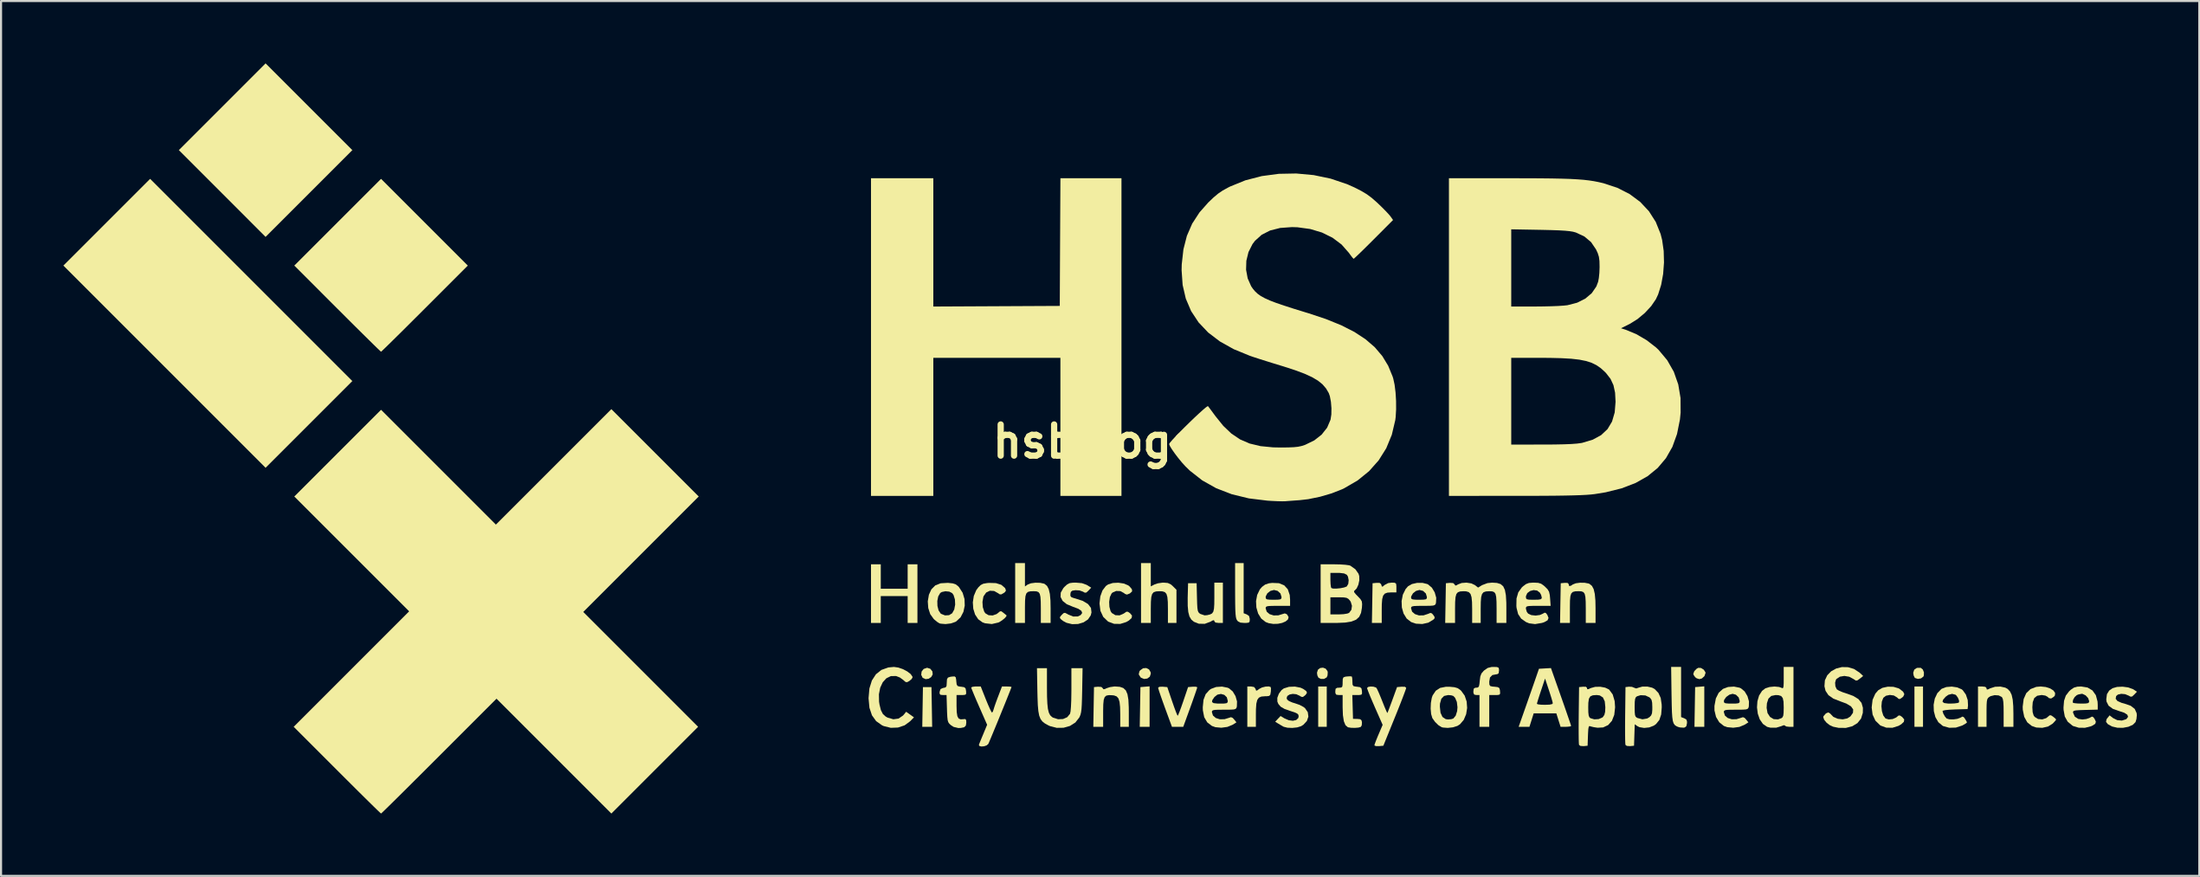
<source format=kicad_pcb>
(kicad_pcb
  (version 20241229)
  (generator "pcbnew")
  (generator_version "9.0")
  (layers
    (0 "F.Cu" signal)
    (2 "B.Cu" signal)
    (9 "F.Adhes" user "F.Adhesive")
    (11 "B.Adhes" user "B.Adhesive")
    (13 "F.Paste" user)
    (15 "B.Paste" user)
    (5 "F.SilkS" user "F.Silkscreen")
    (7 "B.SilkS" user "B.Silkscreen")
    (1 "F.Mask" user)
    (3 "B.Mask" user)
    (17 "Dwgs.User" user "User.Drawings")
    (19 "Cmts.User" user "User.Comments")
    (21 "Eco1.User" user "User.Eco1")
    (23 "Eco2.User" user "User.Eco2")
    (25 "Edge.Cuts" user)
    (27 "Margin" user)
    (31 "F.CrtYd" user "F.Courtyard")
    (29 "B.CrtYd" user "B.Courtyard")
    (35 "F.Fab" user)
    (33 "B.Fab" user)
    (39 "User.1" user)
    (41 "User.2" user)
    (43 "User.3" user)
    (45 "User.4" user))
  (footprint "hsb_logo"
    (layer "F.Cu")
    (at 49.712 18.198)
    (property "Reference" "hsb_logo" (at 0 0 0) (layer "F.SilkS") (effects (font (size 1.5 1.5) (thickness 0.3))))
    (attr board_only exclude_from_pos_files exclude_from_bom)
    (fp_poly (pts (xy -40.672 -7.776) (xy -35.807 -2.91) (xy -37.894 -0.823) (xy -39.982 1.264) (xy -44.847 -3.601) (xy -49.712 -8.467) (xy -47.625 -10.554) (xy -45.537 -12.641)) (stroke (width 0) (type solid)) (fill yes) (layer "F.SilkS"))
    (fp_poly (pts (xy -37.894 -16.11) (xy -35.807 -14.023) (xy -37.895 -11.935) (xy -39.982 -9.848) (xy -42.069 -11.936) (xy -44.156 -14.023) (xy -42.068 -16.11) (xy -39.981 -18.198)) (stroke (width 0) (type solid)) (fill yes) (layer "F.SilkS"))
    (fp_poly (pts (xy -7.921 12.773) (xy -7.905 13.729) (xy -8.143 13.729) (xy -8.381 13.729) (xy -8.365 12.773) (xy -8.349 11.818) (xy -8.143 11.818) (xy -7.938 11.818)) (stroke (width 0) (type solid)) (fill yes) (layer "F.SilkS"))
    (fp_poly (pts (xy 2.558 12.755) (xy 2.558 13.729) (xy 2.321 13.729) (xy 2.084 13.729) (xy 2.101 12.773) (xy 2.117 11.818) (xy 2.337 11.8) (xy 2.558 11.782)) (stroke (width 0) (type solid)) (fill yes) (layer "F.SilkS"))
    (fp_poly (pts (xy 11.083 12.759) (xy 11.083 13.729) (xy 10.877 13.729) (xy 10.672 13.729) (xy 10.672 12.759) (xy 10.672 11.789) (xy 10.877 11.789) (xy 11.083 11.789)) (stroke (width 0) (type solid)) (fill yes) (layer "F.SilkS"))
    (fp_poly (pts (xy 29.251 12.755) (xy 29.251 13.729) (xy 29.015 13.729) (xy 28.778 13.729) (xy 28.794 12.773) (xy 28.81 11.818) (xy 29.031 11.8) (xy 29.251 11.782)) (stroke (width 0) (type solid)) (fill yes) (layer "F.SilkS"))
    (fp_poly (pts (xy 39.776 12.759) (xy 39.776 13.729) (xy 39.57 13.729) (xy 39.364 13.729) (xy 39.364 12.759) (xy 39.364 11.789) (xy 39.57 11.789) (xy 39.776 11.789)) (stroke (width 0) (type solid)) (fill yes) (layer "F.SilkS"))
    (fp_poly (pts (xy -7.993 10.937) (xy -7.894 11.062) (xy -7.879 11.208) (xy -7.949 11.333) (xy -8.074 11.416) (xy -8.221 11.436) (xy -8.358 11.374) (xy -8.367 11.365) (xy -8.432 11.227) (xy -8.412 11.069) (xy -8.316 10.946) (xy -8.148 10.888)) (stroke (width 0) (type solid)) (fill yes) (layer "F.SilkS"))
    (fp_poly (pts (xy 2.531 10.967) (xy 2.609 11.103) (xy 2.616 11.173) (xy 2.568 11.317) (xy 2.448 11.407) (xy 2.294 11.427) (xy 2.145 11.366) (xy 2.121 11.343) (xy 2.036 11.206) (xy 2.066 11.066) (xy 2.102 11.014) (xy 2.242 10.912) (xy 2.397 10.9)) (stroke (width 0) (type solid)) (fill yes) (layer "F.SilkS"))
    (fp_poly (pts (xy 11.031 10.931) (xy 11.118 11.047) (xy 11.131 11.108) (xy 11.121 11.258) (xy 11.08 11.351) (xy 10.954 11.424) (xy 10.796 11.424) (xy 10.683 11.365) (xy 10.631 11.257) (xy 10.613 11.128) (xy 10.657 10.983) (xy 10.765 10.9) (xy 10.902 10.883)) (stroke (width 0) (type solid)) (fill yes) (layer "F.SilkS"))
    (fp_poly (pts (xy 29.095 10.898) (xy 29.224 10.979) (xy 29.303 11.097) (xy 29.31 11.141) (xy 29.259 11.289) (xy 29.136 11.402) (xy 29.016 11.436) (xy 28.887 11.396) (xy 28.814 11.343) (xy 28.74 11.239) (xy 28.722 11.178) (xy 28.769 11.053) (xy 28.881 10.936) (xy 28.965 10.89)) (stroke (width 0) (type solid)) (fill yes) (layer "F.SilkS"))
    (fp_poly (pts (xy 39.671 10.893) (xy 39.767 10.971) (xy 39.821 11.111) (xy 39.816 11.26) (xy 39.793 11.313) (xy 39.682 11.398) (xy 39.529 11.424) (xy 39.395 11.382) (xy 39.378 11.368) (xy 39.324 11.258) (xy 39.305 11.128) (xy 39.355 10.978) (xy 39.483 10.893) (xy 39.662 10.891)) (stroke (width 0) (type solid)) (fill yes) (layer "F.SilkS"))
    (fp_poly (pts (xy 7.085 7.057) (xy 7.085 8.264) (xy 7.232 8.32) (xy 7.344 8.396) (xy 7.379 8.533) (xy 7.379 8.553) (xy 7.371 8.663) (xy 7.327 8.715) (xy 7.213 8.73) (xy 7.118 8.731) (xy 6.93 8.715) (xy 6.814 8.657) (xy 6.765 8.601) (xy 6.734 8.539) (xy 6.711 8.445) (xy 6.694 8.301) (xy 6.683 8.095) (xy 6.677 7.809) (xy 6.674 7.43) (xy 6.673 7.16) (xy 6.673 5.85) (xy 6.879 5.85) (xy 7.085 5.85)) (stroke (width 0) (type solid)) (fill yes) (layer "F.SilkS"))
    (fp_poly (pts (xy 28.134 12.055) (xy 28.134 13.261) (xy 28.285 13.319) (xy 28.39 13.381) (xy 28.421 13.483) (xy 28.417 13.567) (xy 28.386 13.704) (xy 28.31 13.761) (xy 28.252 13.771) (xy 28.085 13.76) (xy 27.985 13.733) (xy 27.895 13.691) (xy 27.825 13.638) (xy 27.773 13.559) (xy 27.736 13.441) (xy 27.711 13.267) (xy 27.694 13.024) (xy 27.684 12.696) (xy 27.676 12.268) (xy 27.674 12.162) (xy 27.656 10.848) (xy 27.895 10.848) (xy 28.134 10.848)) (stroke (width 0) (type solid)) (fill yes) (layer "F.SilkS"))
    (fp_poly (pts (xy -32.338 -10.554) (xy -30.251 -8.467) (xy -32.323 -6.394) (xy -32.73 -5.988) (xy -33.112 -5.607) (xy -33.46 -5.261) (xy -33.768 -4.958) (xy -34.025 -4.704) (xy -34.226 -4.509) (xy -34.361 -4.379) (xy -34.422 -4.323) (xy -34.425 -4.322) (xy -34.471 -4.362) (xy -34.593 -4.478) (xy -34.781 -4.661) (xy -35.028 -4.904) (xy -35.326 -5.198) (xy -35.667 -5.536) (xy -36.043 -5.91) (xy -36.446 -6.313) (xy -36.528 -6.394) (xy -38.6 -8.467) (xy -36.513 -10.554) (xy -34.425 -12.641)) (stroke (width 0) (type solid)) (fill yes) (layer "F.SilkS"))
    (fp_poly (pts (xy -10.378 6.497) (xy -10.378 7.085) (xy -9.731 7.085) (xy -9.084 7.085) (xy -9.084 6.497) (xy -9.084 5.909) (xy -8.849 5.909) (xy -8.614 5.909) (xy -8.614 7.32) (xy -8.614 8.731) (xy -8.849 8.731) (xy -9.084 8.731) (xy -9.084 8.084) (xy -9.084 7.438) (xy -9.731 7.438) (xy -10.378 7.438) (xy -10.378 8.084) (xy -10.378 8.731) (xy -10.613 8.731) (xy -10.848 8.731) (xy -10.848 7.32) (xy -10.848 5.909) (xy -10.613 5.909) (xy -10.378 5.909)) (stroke (width 0) (type solid)) (fill yes) (layer "F.SilkS"))
    (fp_poly (pts (xy -7.849 -9.583) (xy -7.849 -6.496) (xy -4.807 -6.511) (xy -1.764 -6.526) (xy -1.749 -9.598) (xy -1.733 -12.671) (xy -0.264 -12.671) (xy 1.205 -12.671) (xy 1.205 -5.027) (xy 1.205 2.616) (xy -0.265 2.616) (xy -1.734 2.616) (xy -1.734 -0.706) (xy -1.734 -4.028) (xy -4.792 -4.028) (xy -7.849 -4.028) (xy -7.849 -0.706) (xy -7.849 2.616) (xy -9.349 2.616) (xy -10.848 2.616) (xy -10.848 -5.027) (xy -10.848 -12.671) (xy -9.349 -12.671) (xy -7.849 -12.671)) (stroke (width 0) (type solid)) (fill yes) (layer "F.SilkS"))
    (fp_poly (pts (xy 14.354 6.797) (xy 14.418 6.838) (xy 14.434 6.948) (xy 14.434 7.026) (xy 14.434 7.261) (xy 14.179 7.261) (xy 14.001 7.273) (xy 13.877 7.319) (xy 13.797 7.416) (xy 13.752 7.583) (xy 13.732 7.836) (xy 13.729 8.104) (xy 13.729 8.731) (xy 13.492 8.731) (xy 13.256 8.731) (xy 13.272 7.776) (xy 13.288 6.82) (xy 13.483 6.802) (xy 13.627 6.804) (xy 13.695 6.859) (xy 13.71 6.901) (xy 13.737 6.981) (xy 13.781 6.978) (xy 13.864 6.905) (xy 14.04 6.813) (xy 14.21 6.791)) (stroke (width 0) (type solid)) (fill yes) (layer "F.SilkS"))
    (fp_poly (pts (xy 8.386 11.816) (xy 8.399 11.887) (xy 8.393 12.026) (xy 8.39 12.051) (xy 8.368 12.181) (xy 8.317 12.241) (xy 8.203 12.258) (xy 8.111 12.259) (xy 7.939 12.273) (xy 7.818 12.326) (xy 7.74 12.434) (xy 7.695 12.614) (xy 7.676 12.884) (xy 7.673 13.125) (xy 7.673 13.729) (xy 7.467 13.729) (xy 7.261 13.729) (xy 7.261 12.759) (xy 7.261 11.789) (xy 7.443 11.789) (xy 7.589 11.815) (xy 7.655 11.902) (xy 7.656 11.905) (xy 7.682 11.982) (xy 7.725 11.985) (xy 7.821 11.916) (xy 7.834 11.905) (xy 7.969 11.836) (xy 8.138 11.794) (xy 8.295 11.786)) (stroke (width 0) (type solid)) (fill yes) (layer "F.SilkS"))
    (fp_poly (pts (xy 3.19 11.8) (xy 3.41 11.818) (xy 3.645 12.509) (xy 3.737 12.772) (xy 3.817 12.989) (xy 3.877 13.138) (xy 3.909 13.199) (xy 3.91 13.2) (xy 3.939 13.147) (xy 3.997 13.005) (xy 4.076 12.793) (xy 4.167 12.533) (xy 4.175 12.509) (xy 4.41 11.818) (xy 4.63 11.8) (xy 4.772 11.799) (xy 4.847 11.821) (xy 4.851 11.829) (xy 4.832 11.898) (xy 4.779 12.057) (xy 4.698 12.289) (xy 4.598 12.573) (xy 4.515 12.803) (xy 4.178 13.729) (xy 3.906 13.729) (xy 3.634 13.729) (xy 3.301 12.824) (xy 3.19 12.516) (xy 3.094 12.244) (xy 3.021 12.029) (xy 2.978 11.89) (xy 2.969 11.85) (xy 3.023 11.805) (xy 3.174 11.799)) (stroke (width 0) (type solid)) (fill yes) (layer "F.SilkS"))
    (fp_poly (pts (xy 2.616 6.41) (xy 2.616 6.97) (xy 2.79 6.881) (xy 2.959 6.824) (xy 3.171 6.793) (xy 3.235 6.791) (xy 3.434 6.808) (xy 3.577 6.873) (xy 3.679 6.963) (xy 3.851 7.135) (xy 3.851 7.933) (xy 3.851 8.731) (xy 3.645 8.731) (xy 3.44 8.731) (xy 3.44 8.059) (xy 3.435 7.724) (xy 3.414 7.488) (xy 3.37 7.336) (xy 3.294 7.249) (xy 3.178 7.211) (xy 3.039 7.204) (xy 2.872 7.214) (xy 2.756 7.252) (xy 2.682 7.337) (xy 2.64 7.485) (xy 2.621 7.714) (xy 2.616 8.044) (xy 2.616 8.047) (xy 2.616 8.731) (xy 2.381 8.731) (xy 2.146 8.731) (xy 2.146 7.291) (xy 2.146 5.85) (xy 2.381 5.85) (xy 2.616 5.85)) (stroke (width 0) (type solid)) (fill yes) (layer "F.SilkS"))
    (fp_poly (pts (xy -3.44 6.412) (xy -3.44 6.974) (xy -3.309 6.883) (xy -3.154 6.823) (xy -2.937 6.795) (xy -2.709 6.8) (xy -2.523 6.84) (xy -2.49 6.855) (xy -2.376 6.95) (xy -2.295 7.105) (xy -2.241 7.335) (xy -2.212 7.654) (xy -2.205 8.024) (xy -2.205 8.731) (xy -2.44 8.731) (xy -2.675 8.731) (xy -2.675 8.037) (xy -2.679 7.708) (xy -2.694 7.479) (xy -2.728 7.331) (xy -2.788 7.248) (xy -2.882 7.211) (xy -3.014 7.203) (xy -3.182 7.209) (xy -3.299 7.239) (xy -3.374 7.313) (xy -3.416 7.446) (xy -3.435 7.659) (xy -3.44 7.968) (xy -3.44 8.028) (xy -3.44 8.731) (xy -3.675 8.731) (xy -3.91 8.731) (xy -3.91 7.291) (xy -3.91 5.85) (xy -3.675 5.85) (xy -3.44 5.85)) (stroke (width 0) (type solid)) (fill yes) (layer "F.SilkS"))
    (fp_poly (pts (xy 1.125 11.805) (xy 1.294 11.863) (xy 1.414 11.976) (xy 1.493 12.159) (xy 1.538 12.425) (xy 1.556 12.787) (xy 1.558 12.991) (xy 1.558 13.729) (xy 1.352 13.729) (xy 1.147 13.729) (xy 1.146 13.126) (xy 1.138 12.778) (xy 1.112 12.531) (xy 1.06 12.366) (xy 0.977 12.269) (xy 0.855 12.222) (xy 0.78 12.212) (xy 0.602 12.204) (xy 0.477 12.228) (xy 0.396 12.3) (xy 0.35 12.436) (xy 0.329 12.654) (xy 0.323 12.97) (xy 0.323 13.025) (xy 0.323 13.729) (xy 0.087 13.729) (xy -0.15 13.729) (xy -0.134 12.773) (xy -0.118 11.818) (xy 0.074 11.8) (xy 0.238 11.811) (xy 0.299 11.867) (xy 0.337 11.921) (xy 0.412 11.909) (xy 0.489 11.872) (xy 0.651 11.819) (xy 0.853 11.79) (xy 0.901 11.789)) (stroke (width 0) (type solid)) (fill yes) (layer "F.SilkS"))
    (fp_poly (pts (xy 23.494 6.798) (xy 23.681 6.833) (xy 23.733 6.855) (xy 23.847 6.95) (xy 23.928 7.105) (xy 23.982 7.335) (xy 24.011 7.654) (xy 24.018 8.024) (xy 24.018 8.731) (xy 23.783 8.731) (xy 23.548 8.731) (xy 23.548 8.037) (xy 23.544 7.708) (xy 23.529 7.479) (xy 23.495 7.331) (xy 23.435 7.248) (xy 23.341 7.211) (xy 23.209 7.203) (xy 23.041 7.209) (xy 22.924 7.239) (xy 22.849 7.313) (xy 22.807 7.446) (xy 22.788 7.659) (xy 22.784 7.968) (xy 22.784 8.028) (xy 22.784 8.731) (xy 22.547 8.731) (xy 22.31 8.731) (xy 22.326 7.776) (xy 22.343 6.82) (xy 22.534 6.802) (xy 22.672 6.805) (xy 22.723 6.855) (xy 22.725 6.875) (xy 22.748 6.955) (xy 22.827 6.943) (xy 22.927 6.877) (xy 23.068 6.822) (xy 23.273 6.795)) (stroke (width 0) (type solid)) (fill yes) (layer "F.SilkS"))
    (fp_poly (pts (xy 6.085 7.761) (xy 6.085 8.731) (xy 5.88 8.731) (xy 5.727 8.712) (xy 5.674 8.65) (xy 5.674 8.644) (xy 5.656 8.597) (xy 5.587 8.614) (xy 5.483 8.673) (xy 5.211 8.774) (xy 4.926 8.768) (xy 4.692 8.675) (xy 4.565 8.569) (xy 4.476 8.418) (xy 4.42 8.205) (xy 4.393 7.913) (xy 4.391 7.525) (xy 4.393 7.453) (xy 4.41 6.82) (xy 4.616 6.82) (xy 4.821 6.82) (xy 4.838 7.511) (xy 4.846 7.807) (xy 4.858 8.007) (xy 4.877 8.135) (xy 4.908 8.214) (xy 4.956 8.266) (xy 5 8.297) (xy 5.205 8.366) (xy 5.331 8.356) (xy 5.469 8.322) (xy 5.564 8.273) (xy 5.624 8.187) (xy 5.657 8.045) (xy 5.671 7.827) (xy 5.674 7.513) (xy 5.674 7.489) (xy 5.674 6.791) (xy 5.88 6.791) (xy 6.085 6.791)) (stroke (width 0) (type solid)) (fill yes) (layer "F.SilkS"))
    (fp_poly (pts (xy 42.778 11.807) (xy 42.832 11.867) (xy 42.833 11.878) (xy 42.845 11.933) (xy 42.901 11.929) (xy 43.007 11.878) (xy 43.242 11.803) (xy 43.502 11.793) (xy 43.737 11.845) (xy 43.852 11.909) (xy 43.963 12.028) (xy 44.042 12.193) (xy 44.093 12.424) (xy 44.119 12.738) (xy 44.126 13.097) (xy 44.127 13.729) (xy 43.891 13.729) (xy 43.656 13.729) (xy 43.656 13.057) (xy 43.653 12.747) (xy 43.641 12.533) (xy 43.618 12.396) (xy 43.581 12.313) (xy 43.564 12.293) (xy 43.418 12.219) (xy 43.223 12.206) (xy 43.03 12.254) (xy 42.964 12.292) (xy 42.907 12.339) (xy 42.87 12.402) (xy 42.848 12.504) (xy 42.837 12.668) (xy 42.833 12.917) (xy 42.833 13.056) (xy 42.833 13.729) (xy 42.627 13.729) (xy 42.422 13.729) (xy 42.422 12.759) (xy 42.422 11.789) (xy 42.627 11.789)) (stroke (width 0) (type solid)) (fill yes) (layer "F.SilkS"))
    (fp_poly (pts (xy -21.24 0.544) (xy -19.138 2.646) (xy -21.916 5.424) (xy -24.694 8.202) (xy -21.931 10.965) (xy -19.168 13.729) (xy -21.255 15.816) (xy -23.342 17.904) (xy -26.106 15.14) (xy -28.869 12.377) (xy -31.632 15.14) (xy -32.104 15.611) (xy -32.551 16.057) (xy -32.967 16.471) (xy -33.344 16.846) (xy -33.676 17.175) (xy -33.956 17.451) (xy -34.177 17.667) (xy -34.332 17.818) (xy -34.414 17.895) (xy -34.425 17.903) (xy -34.471 17.863) (xy -34.593 17.747) (xy -34.781 17.564) (xy -35.028 17.321) (xy -35.327 17.026) (xy -35.668 16.688) (xy -36.044 16.313) (xy -36.448 15.91) (xy -36.542 15.816) (xy -38.629 13.729) (xy -35.851 10.951) (xy -33.073 8.172) (xy -35.836 5.409) (xy -38.6 2.646) (xy -36.513 0.559) (xy -34.425 -1.528) (xy -31.662 1.235) (xy -28.898 3.998) (xy -26.12 1.22) (xy -23.342 -1.558)) (stroke (width 0) (type solid)) (fill yes) (layer "F.SilkS"))
    (fp_poly (pts (xy 1.315 6.834) (xy 1.527 6.921) (xy 1.587 6.967) (xy 1.705 7.104) (xy 1.719 7.207) (xy 1.629 7.296) (xy 1.588 7.32) (xy 1.468 7.366) (xy 1.375 7.334) (xy 1.323 7.291) (xy 1.147 7.198) (xy 0.949 7.192) (xy 0.774 7.269) (xy 0.726 7.317) (xy 0.646 7.488) (xy 0.613 7.716) (xy 0.624 7.955) (xy 0.68 8.16) (xy 0.737 8.25) (xy 0.91 8.357) (xy 1.115 8.366) (xy 1.317 8.278) (xy 1.332 8.266) (xy 1.438 8.192) (xy 1.515 8.193) (xy 1.619 8.264) (xy 1.713 8.378) (xy 1.693 8.495) (xy 1.558 8.617) (xy 1.436 8.687) (xy 1.146 8.778) (xy 0.847 8.773) (xy 0.577 8.672) (xy 0.553 8.657) (xy 0.326 8.438) (xy 0.191 8.146) (xy 0.148 7.791) (xy 0.187 7.452) (xy 0.291 7.166) (xy 0.453 6.954) (xy 0.563 6.877) (xy 0.788 6.808) (xy 1.054 6.795)) (stroke (width 0) (type solid)) (fill yes) (layer "F.SilkS"))
    (fp_poly (pts (xy 13.329 11.798) (xy 13.445 11.835) (xy 13.478 11.862) (xy 13.522 11.945) (xy 13.597 12.112) (xy 13.69 12.334) (xy 13.76 12.509) (xy 13.853 12.743) (xy 13.931 12.927) (xy 13.983 13.04) (xy 14.001 13.065) (xy 14.026 13.006) (xy 14.083 12.86) (xy 14.162 12.649) (xy 14.242 12.433) (xy 14.466 11.818) (xy 14.686 11.8) (xy 14.845 11.803) (xy 14.904 11.849) (xy 14.905 11.859) (xy 14.884 11.933) (xy 14.823 12.1) (xy 14.731 12.344) (xy 14.612 12.65) (xy 14.472 13.002) (xy 14.356 13.288) (xy 13.807 14.64) (xy 13.592 14.659) (xy 13.452 14.657) (xy 13.379 14.629) (xy 13.376 14.62) (xy 13.398 14.543) (xy 13.456 14.387) (xy 13.54 14.181) (xy 13.575 14.099) (xy 13.773 13.635) (xy 13.398 12.786) (xy 13.27 12.49) (xy 13.16 12.23) (xy 13.078 12.025) (xy 13.031 11.895) (xy 13.023 11.863) (xy 13.073 11.812) (xy 13.19 11.79)) (stroke (width 0) (type solid)) (fill yes) (layer "F.SilkS"))
    (fp_poly (pts (xy 38.354 11.805) (xy 38.596 11.876) (xy 38.646 11.903) (xy 38.818 12.038) (xy 38.878 12.159) (xy 38.826 12.273) (xy 38.771 12.321) (xy 38.667 12.391) (xy 38.599 12.385) (xy 38.525 12.314) (xy 38.372 12.222) (xy 38.18 12.196) (xy 37.995 12.234) (xy 37.868 12.331) (xy 37.796 12.51) (xy 37.775 12.738) (xy 37.799 12.977) (xy 37.864 13.185) (xy 37.967 13.324) (xy 37.977 13.331) (xy 38.129 13.374) (xy 38.316 13.356) (xy 38.481 13.284) (xy 38.508 13.262) (xy 38.598 13.187) (xy 38.668 13.186) (xy 38.774 13.258) (xy 38.776 13.26) (xy 38.872 13.374) (xy 38.854 13.491) (xy 38.721 13.613) (xy 38.595 13.685) (xy 38.305 13.776) (xy 38.006 13.77) (xy 37.736 13.67) (xy 37.712 13.654) (xy 37.486 13.435) (xy 37.35 13.143) (xy 37.306 12.801) (xy 37.349 12.431) (xy 37.48 12.135) (xy 37.623 11.969) (xy 37.823 11.854) (xy 38.081 11.798)) (stroke (width 0) (type solid)) (fill yes) (layer "F.SilkS"))
    (fp_poly (pts (xy 45.687 11.815) (xy 45.897 11.884) (xy 46.052 11.982) (xy 46.133 12.098) (xy 46.125 12.218) (xy 46.075 12.281) (xy 45.942 12.367) (xy 45.833 12.347) (xy 45.773 12.288) (xy 45.666 12.228) (xy 45.501 12.201) (xy 45.481 12.2) (xy 45.27 12.235) (xy 45.131 12.345) (xy 45.057 12.542) (xy 45.038 12.788) (xy 45.052 13.025) (xy 45.099 13.181) (xy 45.15 13.252) (xy 45.312 13.353) (xy 45.513 13.373) (xy 45.704 13.312) (xy 45.774 13.257) (xy 45.865 13.178) (xy 45.939 13.178) (xy 46.037 13.242) (xy 46.139 13.326) (xy 46.183 13.38) (xy 46.145 13.437) (xy 46.05 13.541) (xy 46.009 13.581) (xy 45.791 13.716) (xy 45.517 13.778) (xy 45.23 13.764) (xy 45.009 13.688) (xy 44.792 13.512) (xy 44.647 13.25) (xy 44.578 12.911) (xy 44.573 12.759) (xy 44.619 12.394) (xy 44.744 12.111) (xy 44.947 11.915) (xy 45.223 11.808) (xy 45.438 11.789)) (stroke (width 0) (type solid)) (fill yes) (layer "F.SilkS"))
    (fp_poly (pts (xy -2.381 11.833) (xy -2.377 12.274) (xy -2.362 12.613) (xy -2.335 12.866) (xy -2.29 13.047) (xy -2.227 13.172) (xy -2.141 13.256) (xy -2.087 13.288) (xy -1.844 13.365) (xy -1.606 13.355) (xy -1.405 13.266) (xy -1.271 13.104) (xy -1.271 13.102) (xy -1.245 12.985) (xy -1.226 12.765) (xy -1.212 12.457) (xy -1.206 12.074) (xy -1.205 11.933) (xy -1.205 10.907) (xy -0.936 10.907) (xy -0.667 10.907) (xy -0.686 11.98) (xy -0.695 12.37) (xy -0.705 12.663) (xy -0.719 12.877) (xy -0.74 13.033) (xy -0.769 13.151) (xy -0.809 13.249) (xy -0.828 13.286) (xy -1.014 13.522) (xy -1.273 13.687) (xy -1.581 13.775) (xy -1.911 13.779) (xy -2.24 13.694) (xy -2.323 13.655) (xy -2.481 13.567) (xy -2.602 13.471) (xy -2.691 13.352) (xy -2.754 13.191) (xy -2.795 12.974) (xy -2.821 12.682) (xy -2.835 12.3) (xy -2.842 12.009) (xy -2.861 10.907) (xy -2.621 10.907) (xy -2.381 10.907)) (stroke (width 0) (type solid)) (fill yes) (layer "F.SilkS"))
    (fp_poly (pts (xy -4.835 6.814) (xy -4.578 6.896) (xy -4.407 7.042) (xy -4.381 7.084) (xy -4.355 7.178) (xy -4.413 7.257) (xy -4.469 7.296) (xy -4.584 7.359) (xy -4.664 7.349) (xy -4.72 7.307) (xy -4.924 7.193) (xy -5.128 7.181) (xy -5.305 7.267) (xy -5.429 7.443) (xy -5.442 7.479) (xy -5.484 7.719) (xy -5.469 7.969) (xy -5.402 8.182) (xy -5.346 8.265) (xy -5.191 8.358) (xy -4.995 8.371) (xy -4.805 8.304) (xy -4.74 8.255) (xy -4.642 8.174) (xy -4.572 8.171) (xy -4.48 8.24) (xy -4.378 8.323) (xy -4.327 8.363) (xy -4.335 8.413) (xy -4.413 8.501) (xy -4.532 8.6) (xy -4.665 8.685) (xy -4.717 8.71) (xy -5.033 8.783) (xy -5.358 8.747) (xy -5.482 8.703) (xy -5.69 8.552) (xy -5.84 8.325) (xy -5.927 8.045) (xy -5.948 7.74) (xy -5.902 7.435) (xy -5.784 7.155) (xy -5.68 7.014) (xy -5.567 6.905) (xy -5.446 6.844) (xy -5.272 6.813) (xy -5.163 6.804)) (stroke (width 0) (type solid)) (fill yes) (layer "F.SilkS"))
    (fp_poly (pts (xy 19.272 10.853) (xy 19.349 10.883) (xy 19.372 10.959) (xy 19.373 11.024) (xy 19.355 11.153) (xy 19.287 11.198) (xy 19.252 11.201) (xy 19.052 11.239) (xy 18.938 11.356) (xy 18.903 11.552) (xy 18.909 11.696) (xy 18.948 11.766) (xy 19.054 11.792) (xy 19.153 11.8) (xy 19.311 11.819) (xy 19.387 11.863) (xy 19.416 11.96) (xy 19.421 12.009) (xy 19.427 12.126) (xy 19.395 12.182) (xy 19.295 12.199) (xy 19.171 12.2) (xy 18.903 12.2) (xy 18.903 12.965) (xy 18.903 13.729) (xy 18.668 13.729) (xy 18.433 13.729) (xy 18.433 12.965) (xy 18.433 12.2) (xy 18.286 12.2) (xy 18.181 12.181) (xy 18.142 12.101) (xy 18.139 12.024) (xy 18.155 11.897) (xy 18.222 11.851) (xy 18.278 11.847) (xy 18.359 11.836) (xy 18.405 11.785) (xy 18.431 11.665) (xy 18.446 11.514) (xy 18.473 11.304) (xy 18.527 11.163) (xy 18.627 11.045) (xy 18.66 11.014) (xy 18.827 10.897) (xy 19.012 10.851) (xy 19.11 10.848)) (stroke (width 0) (type solid)) (fill yes) (layer "F.SilkS"))
    (fp_poly (pts (xy 22.357 12.276) (xy 22.491 12.656) (xy 22.61 12.999) (xy 22.71 13.289) (xy 22.786 13.511) (xy 22.831 13.649) (xy 22.842 13.689) (xy 22.79 13.713) (xy 22.658 13.727) (xy 22.589 13.729) (xy 22.335 13.729) (xy 22.233 13.406) (xy 22.131 13.082) (xy 21.586 13.082) (xy 21.041 13.082) (xy 20.939 13.406) (xy 20.837 13.729) (xy 20.578 13.729) (xy 20.318 13.729) (xy 20.675 12.715) (xy 20.707 12.624) (xy 21.196 12.624) (xy 21.25 12.648) (xy 21.39 12.665) (xy 21.578 12.671) (xy 21.809 12.662) (xy 21.932 12.634) (xy 21.96 12.597) (xy 21.943 12.513) (xy 21.895 12.345) (xy 21.825 12.122) (xy 21.774 11.966) (xy 21.588 11.407) (xy 21.392 11.993) (xy 21.311 12.239) (xy 21.246 12.443) (xy 21.206 12.581) (xy 21.196 12.624) (xy 20.707 12.624) (xy 20.8 12.358) (xy 20.922 12.01) (xy 21.031 11.698) (xy 21.118 11.448) (xy 21.163 11.318) (xy 21.295 10.936) (xy 21.583 10.919) (xy 21.872 10.903)) (stroke (width 0) (type solid)) (fill yes) (layer "F.SilkS"))
    (fp_poly (pts (xy -7.126 6.804) (xy -6.913 6.827) (xy -6.773 6.872) (xy -6.662 6.957) (xy -6.609 7.014) (xy -6.438 7.279) (xy -6.348 7.582) (xy -6.337 7.897) (xy -6.401 8.198) (xy -6.537 8.459) (xy -6.744 8.654) (xy -6.79 8.681) (xy -7.007 8.755) (xy -7.263 8.785) (xy -7.498 8.765) (xy -7.555 8.749) (xy -7.651 8.69) (xy -7.785 8.582) (xy -7.832 8.538) (xy -7.998 8.307) (xy -8.093 8.013) (xy -8.116 7.69) (xy -8.113 7.674) (xy -7.657 7.674) (xy -7.651 7.911) (xy -7.597 8.126) (xy -7.496 8.277) (xy -7.478 8.291) (xy -7.287 8.368) (xy -7.092 8.357) (xy -6.942 8.265) (xy -6.842 8.083) (xy -6.798 7.846) (xy -6.81 7.6) (xy -6.876 7.387) (xy -6.942 7.295) (xy -7.081 7.224) (xy -7.267 7.206) (xy -7.44 7.242) (xy -7.517 7.29) (xy -7.613 7.454) (xy -7.657 7.674) (xy -8.113 7.674) (xy -8.062 7.373) (xy -7.943 7.114) (xy -7.756 6.925) (xy -7.497 6.822) (xy -7.159 6.802)) (stroke (width 0) (type solid)) (fill yes) (layer "F.SilkS"))
    (fp_poly (pts (xy -5.313 12.43) (xy -5.21 12.678) (xy -5.121 12.878) (xy -5.054 13.008) (xy -5.02 13.048) (xy -4.977 12.979) (xy -4.946 12.883) (xy -4.909 12.764) (xy -4.842 12.571) (xy -4.757 12.34) (xy -4.728 12.265) (xy -4.546 11.789) (xy -4.316 11.789) (xy -4.171 11.794) (xy -4.091 11.808) (xy -4.086 11.814) (xy -4.108 11.875) (xy -4.167 12.027) (xy -4.256 12.251) (xy -4.368 12.53) (xy -4.496 12.846) (xy -4.632 13.18) (xy -4.768 13.514) (xy -4.899 13.83) (xy -5.015 14.111) (xy -5.11 14.338) (xy -5.176 14.493) (xy -5.204 14.554) (xy -5.283 14.624) (xy -5.406 14.666) (xy -5.534 14.677) (xy -5.63 14.654) (xy -5.657 14.595) (xy -5.654 14.586) (xy -5.617 14.494) (xy -5.549 14.327) (xy -5.461 14.116) (xy -5.441 14.067) (xy -5.26 13.631) (xy -5.643 12.759) (xy -5.773 12.462) (xy -5.883 12.203) (xy -5.967 11.999) (xy -6.017 11.871) (xy -6.027 11.838) (xy -5.975 11.807) (xy -5.845 11.79) (xy -5.797 11.789) (xy -5.567 11.789)) (stroke (width 0) (type solid)) (fill yes) (layer "F.SilkS"))
    (fp_poly (pts (xy -9.533 10.878) (xy -9.309 10.955) (xy -9.102 11.065) (xy -8.941 11.189) (xy -8.855 11.312) (xy -8.849 11.351) (xy -8.894 11.431) (xy -9 11.521) (xy -9.106 11.581) (xy -9.182 11.574) (xy -9.28 11.491) (xy -9.3 11.471) (xy -9.462 11.355) (xy -9.642 11.285) (xy -9.644 11.285) (xy -9.894 11.29) (xy -10.11 11.395) (xy -10.283 11.586) (xy -10.405 11.847) (xy -10.467 12.163) (xy -10.46 12.52) (xy -10.439 12.657) (xy -10.371 12.928) (xy -10.277 13.112) (xy -10.14 13.237) (xy -10.046 13.288) (xy -9.771 13.367) (xy -9.523 13.333) (xy -9.308 13.187) (xy -9.253 13.125) (xy -9.158 13.005) (xy -8.969 13.139) (xy -8.781 13.273) (xy -8.965 13.463) (xy -9.232 13.659) (xy -9.552 13.765) (xy -9.896 13.778) (xy -10.235 13.694) (xy -10.321 13.655) (xy -10.602 13.455) (xy -10.802 13.176) (xy -10.923 12.815) (xy -10.965 12.368) (xy -10.965 12.343) (xy -10.925 11.883) (xy -10.806 11.501) (xy -10.612 11.202) (xy -10.347 10.991) (xy -10.015 10.873) (xy -9.744 10.848)) (stroke (width 0) (type solid)) (fill yes) (layer "F.SilkS"))
    (fp_poly (pts (xy 17.006 11.803) (xy 17.229 11.824) (xy 17.379 11.868) (xy 17.502 11.95) (xy 17.55 11.994) (xy 17.721 12.229) (xy 17.816 12.513) (xy 17.839 12.82) (xy 17.791 13.122) (xy 17.677 13.393) (xy 17.498 13.604) (xy 17.374 13.685) (xy 17.158 13.754) (xy 16.904 13.782) (xy 16.673 13.764) (xy 16.61 13.746) (xy 16.457 13.652) (xy 16.296 13.494) (xy 16.169 13.317) (xy 16.163 13.306) (xy 16.106 13.114) (xy 16.083 12.856) (xy 16.087 12.754) (xy 16.526 12.754) (xy 16.558 13.053) (xy 16.652 13.256) (xy 16.808 13.36) (xy 16.92 13.375) (xy 17.072 13.362) (xy 17.174 13.331) (xy 17.174 13.331) (xy 17.289 13.192) (xy 17.358 12.973) (xy 17.374 12.788) (xy 17.344 12.534) (xy 17.26 12.335) (xy 17.174 12.245) (xy 17.073 12.214) (xy 16.928 12.201) (xy 16.728 12.245) (xy 16.597 12.381) (xy 16.533 12.611) (xy 16.526 12.754) (xy 16.087 12.754) (xy 16.094 12.58) (xy 16.138 12.332) (xy 16.179 12.217) (xy 16.33 11.993) (xy 16.538 11.857) (xy 16.817 11.802)) (stroke (width 0) (type solid)) (fill yes) (layer "F.SilkS"))
    (fp_poly (pts (xy 12.285 11.307) (xy 12.29 11.31) (xy 12.308 11.382) (xy 12.317 11.523) (xy 12.318 11.56) (xy 12.326 11.705) (xy 12.373 11.772) (xy 12.495 11.796) (xy 12.538 11.8) (xy 12.685 11.822) (xy 12.752 11.879) (xy 12.777 12.003) (xy 12.777 12.009) (xy 12.782 12.13) (xy 12.745 12.185) (xy 12.635 12.2) (xy 12.555 12.2) (xy 12.314 12.2) (xy 12.33 12.773) (xy 12.347 13.347) (xy 12.553 13.349) (xy 12.694 13.364) (xy 12.757 13.42) (xy 12.778 13.519) (xy 12.767 13.66) (xy 12.719 13.736) (xy 12.609 13.767) (xy 12.435 13.781) (xy 12.251 13.776) (xy 12.109 13.753) (xy 12.096 13.748) (xy 11.984 13.651) (xy 11.906 13.461) (xy 11.861 13.17) (xy 11.847 12.791) (xy 11.847 12.2) (xy 11.671 12.2) (xy 11.546 12.186) (xy 11.5 12.117) (xy 11.495 12.024) (xy 11.509 11.899) (xy 11.578 11.853) (xy 11.671 11.847) (xy 11.78 11.839) (xy 11.832 11.794) (xy 11.847 11.679) (xy 11.847 11.589) (xy 11.853 11.428) (xy 11.887 11.35) (xy 11.976 11.317) (xy 12.055 11.307) (xy 12.2 11.298)) (stroke (width 0) (type solid)) (fill yes) (layer "F.SilkS"))
    (fp_poly (pts (xy -0.701 6.816) (xy -0.48 6.894) (xy -0.449 6.912) (xy -0.251 7.033) (xy -0.382 7.173) (xy -0.481 7.265) (xy -0.558 7.275) (xy -0.649 7.225) (xy -0.814 7.166) (xy -1.01 7.155) (xy -1.16 7.178) (xy -1.23 7.234) (xy -1.253 7.332) (xy -1.252 7.433) (xy -1.2 7.494) (xy -1.068 7.54) (xy -1.018 7.552) (xy -0.654 7.671) (xy -0.403 7.823) (xy -0.264 8.007) (xy -0.238 8.225) (xy -0.275 8.369) (xy -0.406 8.562) (xy -0.618 8.702) (xy -0.881 8.781) (xy -1.169 8.79) (xy -1.439 8.724) (xy -1.596 8.641) (xy -1.69 8.571) (xy -1.757 8.498) (xy -1.748 8.435) (xy -1.671 8.344) (xy -1.584 8.26) (xy -1.513 8.244) (xy -1.41 8.294) (xy -1.361 8.324) (xy -1.119 8.422) (xy -0.896 8.418) (xy -0.761 8.353) (xy -0.686 8.252) (xy -0.725 8.149) (xy -0.874 8.048) (xy -1.122 7.956) (xy -1.425 7.831) (xy -1.628 7.669) (xy -1.726 7.48) (xy -1.717 7.273) (xy -1.595 7.058) (xy -1.535 6.991) (xy -1.408 6.876) (xy -1.292 6.816) (xy -1.139 6.794) (xy -0.991 6.791)) (stroke (width 0) (type solid)) (fill yes) (layer "F.SilkS"))
    (fp_poly (pts (xy 49.651 11.834) (xy 49.874 11.914) (xy 49.906 11.932) (xy 50.07 12.041) (xy 49.94 12.179) (xy 49.841 12.27) (xy 49.764 12.279) (xy 49.675 12.23) (xy 49.503 12.159) (xy 49.315 12.142) (xy 49.154 12.178) (xy 49.07 12.251) (xy 49.047 12.38) (xy 49.131 12.486) (xy 49.327 12.574) (xy 49.474 12.614) (xy 49.772 12.718) (xy 49.965 12.869) (xy 50.056 13.071) (xy 50.065 13.172) (xy 50.048 13.35) (xy 50.005 13.496) (xy 50.002 13.503) (xy 49.871 13.635) (xy 49.66 13.728) (xy 49.403 13.777) (xy 49.134 13.775) (xy 48.886 13.717) (xy 48.86 13.706) (xy 48.666 13.599) (xy 48.583 13.491) (xy 48.606 13.371) (xy 48.645 13.314) (xy 48.755 13.178) (xy 48.918 13.307) (xy 49.122 13.408) (xy 49.347 13.429) (xy 49.545 13.366) (xy 49.569 13.35) (xy 49.644 13.249) (xy 49.608 13.149) (xy 49.467 13.055) (xy 49.227 12.976) (xy 49.224 12.975) (xy 48.912 12.865) (xy 48.707 12.714) (xy 48.607 12.517) (xy 48.595 12.405) (xy 48.627 12.159) (xy 48.735 11.985) (xy 48.9 11.871) (xy 49.114 11.81) (xy 49.381 11.798)) (stroke (width 0) (type solid)) (fill yes) (layer "F.SilkS"))
    (fp_poly (pts (xy -6.772 11.345) (xy -6.75 11.461) (xy -6.744 11.535) (xy -6.726 11.691) (xy -6.68 11.766) (xy -6.577 11.794) (xy -6.508 11.8) (xy -6.363 11.823) (xy -6.297 11.881) (xy -6.273 12.009) (xy -6.273 12.009) (xy -6.268 12.131) (xy -6.305 12.185) (xy -6.417 12.2) (xy -6.493 12.2) (xy -6.732 12.2) (xy -6.732 12.722) (xy -6.723 13.021) (xy -6.692 13.219) (xy -6.63 13.331) (xy -6.53 13.371) (xy -6.409 13.362) (xy -6.308 13.356) (xy -6.268 13.411) (xy -6.262 13.525) (xy -6.283 13.67) (xy -6.363 13.751) (xy -6.524 13.784) (xy -6.646 13.788) (xy -6.873 13.734) (xy -7.008 13.646) (xy -7.08 13.579) (xy -7.129 13.508) (xy -7.159 13.408) (xy -7.176 13.255) (xy -7.188 13.023) (xy -7.193 12.852) (xy -7.213 12.2) (xy -7.388 12.2) (xy -7.51 12.187) (xy -7.549 12.126) (xy -7.545 12.039) (xy -7.502 11.913) (xy -7.391 11.862) (xy -7.364 11.858) (xy -7.259 11.833) (xy -7.213 11.765) (xy -7.203 11.619) (xy -7.203 11.612) (xy -7.193 11.445) (xy -7.146 11.36) (xy -7.029 11.322) (xy -6.938 11.31) (xy -6.826 11.305)) (stroke (width 0) (type solid)) (fill yes) (layer "F.SilkS"))
    (fp_poly (pts (xy 33.543 12.288) (xy 33.543 13.729) (xy 33.337 13.729) (xy 33.201 13.714) (xy 33.133 13.677) (xy 33.132 13.669) (xy 33.087 13.65) (xy 32.974 13.69) (xy 32.958 13.698) (xy 32.712 13.772) (xy 32.44 13.773) (xy 32.274 13.731) (xy 32.07 13.589) (xy 31.919 13.369) (xy 31.825 13.096) (xy 31.79 12.816) (xy 32.25 12.816) (xy 32.294 13.067) (xy 32.413 13.252) (xy 32.587 13.359) (xy 32.796 13.373) (xy 32.959 13.315) (xy 33.017 13.269) (xy 33.052 13.187) (xy 33.068 13.044) (xy 33.073 12.813) (xy 33.073 12.788) (xy 33.064 12.518) (xy 33.027 12.345) (xy 32.95 12.248) (xy 32.819 12.207) (xy 32.68 12.201) (xy 32.475 12.244) (xy 32.338 12.373) (xy 32.265 12.596) (xy 32.25 12.816) (xy 31.79 12.816) (xy 31.787 12.796) (xy 31.808 12.497) (xy 31.888 12.223) (xy 32.029 12.002) (xy 32.189 11.878) (xy 32.39 11.814) (xy 32.629 11.791) (xy 32.851 11.812) (xy 32.959 11.85) (xy 33.013 11.872) (xy 33.046 11.855) (xy 33.064 11.779) (xy 33.072 11.625) (xy 33.073 11.379) (xy 33.073 10.848) (xy 33.308 10.848) (xy 33.543 10.848)) (stroke (width 0) (type solid)) (fill yes) (layer "F.SilkS"))
    (fp_poly (pts (xy 9.822 11.846) (xy 9.951 11.906) (xy 10.093 12.006) (xy 10.133 12.087) (xy 10.078 12.178) (xy 10.028 12.226) (xy 9.935 12.294) (xy 9.854 12.283) (xy 9.78 12.235) (xy 9.618 12.162) (xy 9.447 12.145) (xy 9.295 12.175) (xy 9.187 12.245) (xy 9.152 12.346) (xy 9.181 12.423) (xy 9.268 12.49) (xy 9.43 12.56) (xy 9.559 12.599) (xy 9.778 12.675) (xy 9.97 12.778) (xy 10.039 12.833) (xy 10.171 13.027) (xy 10.199 13.24) (xy 10.127 13.449) (xy 9.961 13.629) (xy 9.848 13.7) (xy 9.661 13.758) (xy 9.425 13.783) (xy 9.19 13.773) (xy 9.009 13.727) (xy 8.996 13.72) (xy 8.852 13.637) (xy 8.74 13.57) (xy 8.603 13.484) (xy 8.732 13.346) (xy 8.861 13.209) (xy 9.046 13.322) (xy 9.254 13.412) (xy 9.453 13.438) (xy 9.614 13.402) (xy 9.713 13.308) (xy 9.731 13.225) (xy 9.717 13.148) (xy 9.658 13.089) (xy 9.531 13.032) (xy 9.329 12.967) (xy 9.051 12.869) (xy 8.867 12.762) (xy 8.754 12.63) (xy 8.706 12.513) (xy 8.705 12.333) (xy 8.779 12.135) (xy 8.909 11.961) (xy 9.018 11.881) (xy 9.265 11.805) (xy 9.551 11.794)) (stroke (width 0) (type solid)) (fill yes) (layer "F.SilkS"))
    (fp_poly (pts (xy 8.785 6.818) (xy 9.036 6.921) (xy 9.209 7.111) (xy 9.302 7.387) (xy 9.319 7.611) (xy 9.319 7.908) (xy 8.731 7.908) (xy 8.464 7.91) (xy 8.292 7.917) (xy 8.196 7.935) (xy 8.153 7.968) (xy 8.143 8.019) (xy 8.143 8.026) (xy 8.195 8.189) (xy 8.331 8.307) (xy 8.525 8.369) (xy 8.75 8.366) (xy 8.936 8.309) (xy 9.064 8.271) (xy 9.155 8.309) (xy 9.182 8.334) (xy 9.248 8.453) (xy 9.216 8.563) (xy 9.106 8.657) (xy 8.939 8.729) (xy 8.733 8.772) (xy 8.51 8.778) (xy 8.289 8.742) (xy 8.143 8.687) (xy 7.931 8.52) (xy 7.781 8.278) (xy 7.697 7.99) (xy 7.68 7.682) (xy 7.714 7.497) (xy 8.143 7.497) (xy 8.155 7.56) (xy 8.208 7.596) (xy 8.328 7.611) (xy 8.525 7.614) (xy 8.732 7.611) (xy 8.846 7.595) (xy 8.896 7.559) (xy 8.908 7.492) (xy 8.908 7.486) (xy 8.855 7.313) (xy 8.719 7.188) (xy 8.546 7.144) (xy 8.37 7.19) (xy 8.224 7.305) (xy 8.147 7.455) (xy 8.143 7.497) (xy 7.714 7.497) (xy 7.735 7.383) (xy 7.863 7.118) (xy 7.965 6.998) (xy 8.116 6.885) (xy 8.296 6.824) (xy 8.456 6.804)) (stroke (width 0) (type solid)) (fill yes) (layer "F.SilkS"))
    (fp_poly (pts (xy 19.274 6.806) (xy 19.449 6.86) (xy 19.574 6.967) (xy 19.656 7.142) (xy 19.703 7.397) (xy 19.724 7.747) (xy 19.726 7.993) (xy 19.726 8.731) (xy 19.491 8.731) (xy 19.256 8.731) (xy 19.256 8.037) (xy 19.252 7.708) (xy 19.237 7.479) (xy 19.203 7.331) (xy 19.142 7.248) (xy 19.047 7.212) (xy 18.91 7.204) (xy 18.906 7.204) (xy 18.743 7.215) (xy 18.629 7.253) (xy 18.556 7.339) (xy 18.514 7.489) (xy 18.496 7.72) (xy 18.491 8.047) (xy 18.491 8.731) (xy 18.286 8.731) (xy 18.08 8.731) (xy 18.08 8.064) (xy 18.074 7.726) (xy 18.05 7.489) (xy 18.001 7.335) (xy 17.918 7.248) (xy 17.792 7.21) (xy 17.664 7.204) (xy 17.503 7.215) (xy 17.392 7.255) (xy 17.32 7.341) (xy 17.279 7.493) (xy 17.261 7.727) (xy 17.257 8.047) (xy 17.257 8.731) (xy 17.02 8.731) (xy 16.783 8.731) (xy 16.8 7.776) (xy 16.816 6.82) (xy 17.007 6.802) (xy 17.167 6.812) (xy 17.234 6.875) (xy 17.272 6.933) (xy 17.338 6.915) (xy 17.393 6.878) (xy 17.577 6.808) (xy 17.811 6.792) (xy 18.043 6.828) (xy 18.215 6.91) (xy 18.366 7.029) (xy 18.561 6.91) (xy 18.816 6.814) (xy 19.039 6.791)) (stroke (width 0) (type solid)) (fill yes) (layer "F.SilkS"))
    (fp_poly (pts (xy 6.312 11.847) (xy 6.381 11.878) (xy 6.559 12.028) (xy 6.693 12.252) (xy 6.765 12.506) (xy 6.758 12.75) (xy 6.756 12.759) (xy 6.735 12.826) (xy 6.696 12.869) (xy 6.616 12.893) (xy 6.472 12.903) (xy 6.242 12.906) (xy 6.138 12.906) (xy 5.872 12.907) (xy 5.702 12.915) (xy 5.607 12.934) (xy 5.566 12.967) (xy 5.556 13.019) (xy 5.556 13.023) (xy 5.608 13.187) (xy 5.744 13.305) (xy 5.938 13.367) (xy 6.164 13.363) (xy 6.354 13.305) (xy 6.475 13.266) (xy 6.56 13.302) (xy 6.624 13.374) (xy 6.738 13.514) (xy 6.551 13.632) (xy 6.302 13.734) (xy 6.011 13.774) (xy 5.727 13.748) (xy 5.558 13.688) (xy 5.331 13.514) (xy 5.187 13.268) (xy 5.122 12.941) (xy 5.117 12.788) (xy 5.142 12.538) (xy 5.562 12.538) (xy 5.64 12.59) (xy 5.822 12.61) (xy 5.938 12.612) (xy 6.145 12.609) (xy 6.259 12.593) (xy 6.309 12.556) (xy 6.321 12.49) (xy 6.321 12.484) (xy 6.273 12.307) (xy 6.152 12.192) (xy 5.99 12.147) (xy 5.818 12.183) (xy 5.678 12.296) (xy 5.577 12.444) (xy 5.562 12.538) (xy 5.142 12.538) (xy 5.152 12.431) (xy 5.256 12.159) (xy 5.436 11.958) (xy 5.515 11.904) (xy 5.759 11.813) (xy 6.043 11.794)) (stroke (width 0) (type solid)) (fill yes) (layer "F.SilkS"))
    (fp_poly (pts (xy 26.741 11.846) (xy 26.863 11.911) (xy 27.045 12.102) (xy 27.154 12.342) (xy 27.2 12.656) (xy 27.204 12.788) (xy 27.176 13.138) (xy 27.088 13.4) (xy 26.932 13.594) (xy 26.823 13.673) (xy 26.604 13.758) (xy 26.357 13.784) (xy 26.132 13.747) (xy 26.033 13.698) (xy 25.904 13.608) (xy 25.887 14.124) (xy 25.87 14.64) (xy 25.679 14.659) (xy 25.523 14.649) (xy 25.457 14.599) (xy 25.449 14.519) (xy 25.443 14.34) (xy 25.44 14.079) (xy 25.439 13.753) (xy 25.441 13.381) (xy 25.443 13.169) (xy 25.448 12.781) (xy 25.9 12.781) (xy 25.903 13.015) (xy 25.917 13.16) (xy 25.948 13.242) (xy 26.005 13.29) (xy 26.032 13.304) (xy 26.274 13.368) (xy 26.502 13.33) (xy 26.614 13.264) (xy 26.692 13.183) (xy 26.734 13.08) (xy 26.749 12.917) (xy 26.75 12.786) (xy 26.742 12.572) (xy 26.714 12.439) (xy 26.654 12.349) (xy 26.611 12.311) (xy 26.416 12.22) (xy 26.186 12.208) (xy 26.013 12.261) (xy 25.955 12.308) (xy 25.921 12.391) (xy 25.904 12.535) (xy 25.9 12.769) (xy 25.9 12.781) (xy 25.448 12.781) (xy 25.459 11.818) (xy 25.624 11.799) (xy 25.774 11.807) (xy 25.87 11.847) (xy 25.978 11.884) (xy 26.069 11.852) (xy 26.27 11.794) (xy 26.513 11.793)) (stroke (width 0) (type solid)) (fill yes) (layer "F.SilkS"))
    (fp_poly (pts (xy 30.947 11.847) (xy 31.017 11.878) (xy 31.194 12.028) (xy 31.328 12.252) (xy 31.401 12.506) (xy 31.394 12.75) (xy 31.392 12.759) (xy 31.37 12.826) (xy 31.331 12.869) (xy 31.251 12.893) (xy 31.108 12.903) (xy 30.878 12.906) (xy 30.773 12.906) (xy 30.508 12.907) (xy 30.338 12.915) (xy 30.243 12.934) (xy 30.201 12.967) (xy 30.192 13.019) (xy 30.192 13.023) (xy 30.243 13.187) (xy 30.379 13.305) (xy 30.574 13.367) (xy 30.8 13.363) (xy 30.99 13.305) (xy 31.111 13.266) (xy 31.196 13.302) (xy 31.26 13.374) (xy 31.373 13.514) (xy 31.187 13.632) (xy 30.937 13.735) (xy 30.644 13.774) (xy 30.358 13.747) (xy 30.192 13.688) (xy 29.97 13.51) (xy 29.816 13.254) (xy 29.741 12.942) (xy 29.74 12.724) (xy 29.781 12.504) (xy 30.192 12.504) (xy 30.207 12.563) (xy 30.269 12.596) (xy 30.403 12.609) (xy 30.574 12.612) (xy 30.78 12.609) (xy 30.895 12.593) (xy 30.945 12.556) (xy 30.956 12.49) (xy 30.956 12.484) (xy 30.904 12.312) (xy 30.772 12.185) (xy 30.613 12.141) (xy 30.456 12.185) (xy 30.308 12.292) (xy 30.21 12.427) (xy 30.192 12.504) (xy 29.781 12.504) (xy 29.808 12.362) (xy 29.945 12.089) (xy 30.151 11.904) (xy 30.395 11.813) (xy 30.679 11.794)) (stroke (width 0) (type solid)) (fill yes) (layer "F.SilkS"))
    (fp_poly (pts (xy 36.165 10.86) (xy 36.452 10.944) (xy 36.716 11.116) (xy 36.734 11.132) (xy 36.896 11.283) (xy 36.735 11.412) (xy 36.622 11.494) (xy 36.547 11.505) (xy 36.456 11.448) (xy 36.434 11.431) (xy 36.222 11.319) (xy 35.991 11.281) (xy 35.777 11.317) (xy 35.613 11.426) (xy 35.587 11.459) (xy 35.546 11.605) (xy 35.56 11.781) (xy 35.624 11.92) (xy 35.631 11.927) (xy 35.734 11.991) (xy 35.907 12.064) (xy 36.057 12.113) (xy 36.414 12.241) (xy 36.665 12.393) (xy 36.818 12.581) (xy 36.884 12.815) (xy 36.88 13.057) (xy 36.795 13.333) (xy 36.621 13.551) (xy 36.372 13.703) (xy 36.066 13.782) (xy 35.718 13.78) (xy 35.452 13.725) (xy 35.281 13.646) (xy 35.128 13.525) (xy 35.019 13.39) (xy 34.976 13.268) (xy 34.989 13.216) (xy 35.106 13.082) (xy 35.22 13.037) (xy 35.308 13.088) (xy 35.313 13.097) (xy 35.461 13.25) (xy 35.674 13.343) (xy 35.911 13.37) (xy 36.134 13.325) (xy 36.28 13.232) (xy 36.406 13.055) (xy 36.416 12.893) (xy 36.31 12.745) (xy 36.087 12.611) (xy 35.799 12.505) (xy 35.46 12.372) (xy 35.226 12.207) (xy 35.086 11.999) (xy 35.033 11.778) (xy 35.054 11.492) (xy 35.169 11.249) (xy 35.356 11.057) (xy 35.597 10.924) (xy 35.873 10.855)) (stroke (width 0) (type solid)) (fill yes) (layer "F.SilkS"))
    (fp_poly (pts (xy 41.42 11.832) (xy 41.635 11.924) (xy 41.687 11.965) (xy 41.838 12.175) (xy 41.928 12.442) (xy 41.942 12.701) (xy 41.922 12.876) (xy 41.319 12.893) (xy 41.04 12.907) (xy 40.838 12.928) (xy 40.73 12.955) (xy 40.716 12.971) (xy 40.75 13.088) (xy 40.827 13.229) (xy 40.911 13.328) (xy 40.916 13.331) (xy 41.046 13.369) (xy 41.235 13.373) (xy 41.428 13.346) (xy 41.572 13.293) (xy 41.579 13.289) (xy 41.674 13.237) (xy 41.74 13.266) (xy 41.798 13.346) (xy 41.866 13.458) (xy 41.892 13.52) (xy 41.845 13.562) (xy 41.726 13.634) (xy 41.66 13.669) (xy 41.358 13.767) (xy 41.04 13.776) (xy 40.749 13.695) (xy 40.718 13.679) (xy 40.513 13.507) (xy 40.372 13.263) (xy 40.297 12.975) (xy 40.287 12.669) (xy 40.313 12.527) (xy 40.715 12.527) (xy 40.794 12.585) (xy 40.982 12.61) (xy 41.095 12.612) (xy 41.296 12.603) (xy 41.446 12.582) (xy 41.509 12.554) (xy 41.51 12.462) (xy 41.457 12.332) (xy 41.376 12.217) (xy 41.34 12.186) (xy 41.177 12.143) (xy 40.994 12.19) (xy 40.861 12.286) (xy 40.739 12.43) (xy 40.715 12.527) (xy 40.313 12.527) (xy 40.343 12.372) (xy 40.465 12.111) (xy 40.655 11.914) (xy 40.682 11.896) (xy 40.899 11.815) (xy 41.16 11.794)) (stroke (width 0) (type solid)) (fill yes) (layer "F.SilkS"))
    (fp_poly (pts (xy 47.692 11.838) (xy 47.93 11.979) (xy 48.093 12.207) (xy 48.175 12.512) (xy 48.184 12.667) (xy 48.184 12.902) (xy 47.581 12.918) (xy 47.31 12.927) (xy 47.136 12.939) (xy 47.04 12.959) (xy 47 12.991) (xy 46.996 13.04) (xy 46.998 13.053) (xy 47.081 13.241) (xy 47.248 13.349) (xy 47.445 13.376) (xy 47.632 13.355) (xy 47.788 13.303) (xy 47.812 13.289) (xy 47.906 13.237) (xy 47.972 13.266) (xy 48.033 13.349) (xy 48.094 13.482) (xy 48.067 13.581) (xy 47.938 13.668) (xy 47.855 13.706) (xy 47.568 13.777) (xy 47.27 13.773) (xy 47.006 13.694) (xy 46.963 13.67) (xy 46.737 13.481) (xy 46.599 13.235) (xy 46.541 12.915) (xy 46.537 12.8) (xy 46.558 12.542) (xy 46.98 12.542) (xy 46.989 12.568) (xy 47.056 12.59) (xy 47.208 12.606) (xy 47.393 12.612) (xy 47.599 12.608) (xy 47.713 12.591) (xy 47.762 12.554) (xy 47.772 12.494) (xy 47.722 12.347) (xy 47.601 12.216) (xy 47.452 12.145) (xy 47.415 12.141) (xy 47.262 12.17) (xy 47.177 12.204) (xy 47.074 12.297) (xy 46.999 12.426) (xy 46.98 12.542) (xy 46.558 12.542) (xy 46.563 12.477) (xy 46.648 12.228) (xy 46.807 12.02) (xy 46.892 11.943) (xy 47.039 11.843) (xy 47.203 11.798) (xy 47.386 11.789)) (stroke (width 0) (type solid)) (fill yes) (layer "F.SilkS"))
    (fp_poly (pts (xy 15.924 6.86) (xy 15.953 6.874) (xy 16.14 7.03) (xy 16.278 7.258) (xy 16.351 7.517) (xy 16.34 7.761) (xy 16.319 7.828) (xy 16.279 7.871) (xy 16.2 7.895) (xy 16.056 7.905) (xy 15.826 7.908) (xy 15.722 7.908) (xy 15.456 7.91) (xy 15.286 7.918) (xy 15.191 7.936) (xy 15.15 7.969) (xy 15.14 8.021) (xy 15.14 8.026) (xy 15.191 8.189) (xy 15.327 8.306) (xy 15.519 8.369) (xy 15.74 8.366) (xy 15.951 8.297) (xy 16.071 8.248) (xy 16.147 8.274) (xy 16.211 8.349) (xy 16.276 8.45) (xy 16.267 8.516) (xy 16.211 8.573) (xy 15.971 8.717) (xy 15.68 8.782) (xy 15.376 8.766) (xy 15.142 8.687) (xy 14.928 8.518) (xy 14.779 8.276) (xy 14.697 7.987) (xy 14.685 7.677) (xy 14.718 7.508) (xy 15.14 7.508) (xy 15.155 7.566) (xy 15.218 7.598) (xy 15.354 7.612) (xy 15.522 7.614) (xy 15.728 7.611) (xy 15.843 7.595) (xy 15.893 7.559) (xy 15.904 7.492) (xy 15.904 7.486) (xy 15.852 7.313) (xy 15.717 7.188) (xy 15.545 7.144) (xy 15.378 7.19) (xy 15.232 7.305) (xy 15.148 7.452) (xy 15.14 7.508) (xy 14.718 7.508) (xy 14.743 7.374) (xy 14.876 7.104) (xy 14.994 6.966) (xy 15.18 6.859) (xy 15.428 6.803) (xy 15.691 6.802)) (stroke (width 0) (type solid)) (fill yes) (layer "F.SilkS"))
    (fp_poly (pts (xy 23.556 11.803) (xy 23.606 11.856) (xy 23.607 11.869) (xy 23.62 11.921) (xy 23.68 11.915) (xy 23.788 11.865) (xy 23.997 11.807) (xy 24.244 11.801) (xy 24.482 11.845) (xy 24.663 11.932) (xy 24.674 11.942) (xy 24.844 12.172) (xy 24.938 12.492) (xy 24.959 12.789) (xy 24.919 13.153) (xy 24.806 13.441) (xy 24.624 13.646) (xy 24.383 13.759) (xy 24.114 13.774) (xy 23.934 13.747) (xy 23.793 13.713) (xy 23.771 13.704) (xy 23.721 13.694) (xy 23.69 13.731) (xy 23.67 13.835) (xy 23.658 14.027) (xy 23.653 14.15) (xy 23.636 14.64) (xy 23.445 14.659) (xy 23.289 14.649) (xy 23.223 14.599) (xy 23.215 14.519) (xy 23.209 14.34) (xy 23.206 14.079) (xy 23.205 13.753) (xy 23.207 13.381) (xy 23.209 13.169) (xy 23.213 12.787) (xy 23.666 12.787) (xy 23.67 13.032) (xy 23.688 13.185) (xy 23.723 13.272) (xy 23.768 13.313) (xy 23.958 13.37) (xy 24.168 13.358) (xy 24.344 13.282) (xy 24.371 13.259) (xy 24.443 13.155) (xy 24.479 13.007) (xy 24.489 12.788) (xy 24.461 12.504) (xy 24.373 12.317) (xy 24.221 12.219) (xy 24.073 12.2) (xy 23.886 12.213) (xy 23.767 12.265) (xy 23.699 12.377) (xy 23.671 12.57) (xy 23.666 12.787) (xy 23.213 12.787) (xy 23.225 11.818) (xy 23.416 11.8)) (stroke (width 0) (type solid)) (fill yes) (layer "F.SilkS"))
    (fp_poly (pts (xy 21.256 6.801) (xy 21.398 6.843) (xy 21.533 6.938) (xy 21.589 6.988) (xy 21.712 7.113) (xy 21.781 7.23) (xy 21.816 7.386) (xy 21.831 7.547) (xy 21.857 7.908) (xy 21.262 7.908) (xy 20.993 7.909) (xy 20.821 7.916) (xy 20.723 7.932) (xy 20.679 7.965) (xy 20.667 8.017) (xy 20.667 8.046) (xy 20.709 8.194) (xy 20.774 8.281) (xy 20.926 8.353) (xy 21.132 8.376) (xy 21.341 8.348) (xy 21.475 8.289) (xy 21.571 8.235) (xy 21.636 8.26) (xy 21.7 8.348) (xy 21.756 8.492) (xy 21.708 8.605) (xy 21.55 8.694) (xy 21.44 8.73) (xy 21.108 8.786) (xy 20.823 8.749) (xy 20.671 8.687) (xy 20.439 8.524) (xy 20.292 8.304) (xy 20.217 8.008) (xy 20.208 7.915) (xy 20.215 7.551) (xy 20.239 7.47) (xy 20.667 7.47) (xy 20.674 7.548) (xy 20.713 7.591) (xy 20.811 7.61) (xy 20.993 7.614) (xy 21.049 7.614) (xy 21.258 7.61) (xy 21.374 7.592) (xy 21.423 7.554) (xy 21.431 7.51) (xy 21.399 7.383) (xy 21.34 7.274) (xy 21.208 7.173) (xy 21.039 7.149) (xy 20.869 7.193) (xy 20.733 7.295) (xy 20.668 7.443) (xy 20.667 7.47) (xy 20.239 7.47) (xy 20.299 7.262) (xy 20.466 7.026) (xy 20.526 6.97) (xy 20.67 6.861) (xy 20.811 6.807) (xy 21.003 6.791) (xy 21.052 6.791)) (stroke (width 0) (type solid)) (fill yes) (layer "F.SilkS"))
    (fp_poly (pts (xy 11.727 5.915) (xy 11.973 5.931) (xy 12.151 5.955) (xy 12.219 5.975) (xy 12.461 6.148) (xy 12.612 6.362) (xy 12.646 6.473) (xy 12.651 6.677) (xy 12.605 6.891) (xy 12.523 7.069) (xy 12.443 7.153) (xy 12.395 7.198) (xy 12.406 7.257) (xy 12.487 7.356) (xy 12.573 7.444) (xy 12.705 7.584) (xy 12.77 7.694) (xy 12.786 7.825) (xy 12.776 7.996) (xy 12.733 8.248) (xy 12.644 8.438) (xy 12.495 8.574) (xy 12.273 8.663) (xy 11.965 8.713) (xy 11.557 8.731) (xy 11.467 8.731) (xy 10.789 8.731) (xy 10.789 7.908) (xy 11.259 7.908) (xy 11.259 8.32) (xy 11.66 8.32) (xy 11.889 8.309) (xy 12.071 8.28) (xy 12.159 8.246) (xy 12.269 8.098) (xy 12.296 7.906) (xy 12.237 7.712) (xy 12.201 7.657) (xy 12.123 7.572) (xy 12.036 7.523) (xy 11.905 7.502) (xy 11.694 7.497) (xy 11.667 7.497) (xy 11.259 7.497) (xy 11.259 7.908) (xy 10.789 7.908) (xy 10.789 7.32) (xy 10.789 6.664) (xy 11.259 6.664) (xy 11.267 6.856) (xy 11.285 6.999) (xy 11.304 7.051) (xy 11.392 7.077) (xy 11.552 7.078) (xy 11.742 7.059) (xy 11.918 7.024) (xy 12.038 6.979) (xy 12.05 6.97) (xy 12.12 6.847) (xy 12.138 6.673) (xy 12.104 6.502) (xy 12.049 6.413) (xy 11.921 6.349) (xy 11.696 6.322) (xy 11.608 6.321) (xy 11.259 6.321) (xy 11.259 6.664) (xy 10.789 6.664) (xy 10.789 5.909) (xy 11.44 5.909)) (stroke (width 0) (type solid)) (fill yes) (layer "F.SilkS"))
    (fp_poly (pts (xy 19.917 -12.67) (xy 20.682 -12.669) (xy 21.34 -12.666) (xy 21.904 -12.66) (xy 22.385 -12.65) (xy 22.793 -12.637) (xy 23.142 -12.618) (xy 23.441 -12.595) (xy 23.703 -12.565) (xy 23.939 -12.529) (xy 24.16 -12.486) (xy 24.378 -12.435) (xy 24.399 -12.43) (xy 25.067 -12.21) (xy 25.658 -11.909) (xy 26.166 -11.532) (xy 26.586 -11.084) (xy 26.915 -10.569) (xy 27.148 -9.991) (xy 27.222 -9.7) (xy 27.297 -9.173) (xy 27.312 -8.618) (xy 27.271 -8.064) (xy 27.176 -7.541) (xy 27.03 -7.079) (xy 26.921 -6.846) (xy 26.695 -6.516) (xy 26.391 -6.188) (xy 26.041 -5.895) (xy 25.681 -5.669) (xy 25.656 -5.656) (xy 25.243 -5.451) (xy 25.469 -5.379) (xy 25.977 -5.169) (xy 26.478 -4.876) (xy 26.926 -4.529) (xy 27.049 -4.413) (xy 27.467 -3.913) (xy 27.784 -3.357) (xy 27.998 -2.748) (xy 28.108 -2.091) (xy 28.112 -1.39) (xy 28.079 -1.058) (xy 27.939 -0.362) (xy 27.716 0.257) (xy 27.407 0.8) (xy 27.011 1.27) (xy 26.525 1.667) (xy 25.947 1.994) (xy 25.276 2.252) (xy 24.51 2.443) (xy 23.975 2.53) (xy 23.793 2.55) (xy 23.568 2.567) (xy 23.29 2.581) (xy 22.951 2.592) (xy 22.54 2.601) (xy 22.048 2.608) (xy 21.465 2.612) (xy 20.783 2.615) (xy 20.152 2.615) (xy 16.963 2.616) (xy 16.963 -1.94) (xy 19.961 -1.94) (xy 19.961 0.147) (xy 21.475 0.146) (xy 22.034 0.143) (xy 22.488 0.134) (xy 22.848 0.12) (xy 23.126 0.099) (xy 23.336 0.071) (xy 23.388 0.06) (xy 23.884 -0.089) (xy 24.285 -0.307) (xy 24.594 -0.597) (xy 24.811 -0.96) (xy 24.94 -1.4) (xy 24.981 -1.911) (xy 24.958 -2.351) (xy 24.88 -2.71) (xy 24.739 -3.015) (xy 24.524 -3.292) (xy 24.463 -3.355) (xy 24.27 -3.53) (xy 24.065 -3.672) (xy 23.834 -3.786) (xy 23.564 -3.874) (xy 23.241 -3.939) (xy 22.851 -3.984) (xy 22.381 -4.011) (xy 21.817 -4.025) (xy 21.358 -4.027) (xy 19.961 -4.028) (xy 19.961 -1.94) (xy 16.963 -1.94) (xy 16.963 -5.027) (xy 16.963 -8.354) (xy 19.961 -8.354) (xy 19.961 -6.497) (xy 21.123 -6.497) (xy 21.51 -6.501) (xy 21.885 -6.51) (xy 22.221 -6.523) (xy 22.491 -6.541) (xy 22.666 -6.56) (xy 23.131 -6.68) (xy 23.524 -6.876) (xy 23.836 -7.14) (xy 24.057 -7.463) (xy 24.143 -7.69) (xy 24.177 -7.871) (xy 24.202 -8.119) (xy 24.212 -8.386) (xy 24.212 -8.42) (xy 24.206 -8.687) (xy 24.18 -8.886) (xy 24.125 -9.062) (xy 24.042 -9.243) (xy 23.802 -9.597) (xy 23.478 -9.869) (xy 23.07 -10.059) (xy 23.06 -10.062) (xy 22.93 -10.097) (xy 22.764 -10.124) (xy 22.546 -10.145) (xy 22.261 -10.162) (xy 21.893 -10.175) (xy 21.424 -10.186) (xy 21.358 -10.187) (xy 19.961 -10.212) (xy 19.961 -8.354) (xy 16.963 -8.354) (xy 16.963 -12.671)) (stroke (width 0) (type solid)) (fill yes) (layer "F.SilkS"))
    (fp_poly (pts (xy 10.452 -12.822) (xy 11.272 -12.651) (xy 12.056 -12.387) (xy 12.412 -12.229) (xy 12.747 -12.058) (xy 13.013 -11.899) (xy 13.25 -11.723) (xy 13.502 -11.502) (xy 13.545 -11.461) (xy 13.754 -11.26) (xy 13.942 -11.069) (xy 14.086 -10.913) (xy 14.15 -10.835) (xy 14.274 -10.66) (xy 13.341 -9.725) (xy 13.071 -9.456) (xy 12.829 -9.217) (xy 12.627 -9.021) (xy 12.477 -8.879) (xy 12.392 -8.803) (xy 12.377 -8.793) (xy 12.33 -8.839) (xy 12.239 -8.955) (xy 12.141 -9.089) (xy 11.795 -9.482) (xy 11.362 -9.807) (xy 10.855 -10.057) (xy 10.288 -10.227) (xy 9.673 -10.311) (xy 9.409 -10.319) (xy 8.841 -10.278) (xy 8.356 -10.155) (xy 7.953 -9.95) (xy 7.631 -9.661) (xy 7.51 -9.501) (xy 7.317 -9.118) (xy 7.214 -8.697) (xy 7.201 -8.266) (xy 7.279 -7.849) (xy 7.446 -7.473) (xy 7.53 -7.35) (xy 7.636 -7.224) (xy 7.758 -7.11) (xy 7.909 -7.003) (xy 8.099 -6.898) (xy 8.341 -6.789) (xy 8.646 -6.672) (xy 9.027 -6.541) (xy 9.495 -6.391) (xy 10.062 -6.216) (xy 10.201 -6.174) (xy 11.047 -5.893) (xy 11.783 -5.594) (xy 12.416 -5.272) (xy 12.951 -4.921) (xy 13.396 -4.536) (xy 13.756 -4.113) (xy 14.039 -3.646) (xy 14.252 -3.13) (xy 14.284 -3.028) (xy 14.348 -2.734) (xy 14.394 -2.363) (xy 14.419 -1.953) (xy 14.421 -1.543) (xy 14.399 -1.172) (xy 14.381 -1.03) (xy 14.214 -0.324) (xy 13.947 0.323) (xy 13.581 0.907) (xy 13.12 1.426) (xy 12.568 1.874) (xy 11.926 2.247) (xy 11.816 2.3) (xy 11.316 2.496) (xy 10.757 2.659) (xy 10.191 2.775) (xy 9.772 2.823) (xy 9.515 2.841) (xy 9.277 2.859) (xy 9.104 2.872) (xy 9.084 2.874) (xy 8.94 2.877) (xy 8.713 2.872) (xy 8.439 2.859) (xy 8.231 2.846) (xy 7.336 2.737) (xy 6.514 2.537) (xy 5.766 2.249) (xy 5.093 1.871) (xy 4.498 1.405) (xy 4.283 1.196) (xy 4.112 1.007) (xy 3.935 0.791) (xy 3.768 0.571) (xy 3.628 0.371) (xy 3.533 0.213) (xy 3.498 0.122) (xy 3.538 0.056) (xy 3.647 -0.072) (xy 3.811 -0.249) (xy 4.015 -0.46) (xy 4.245 -0.69) (xy 4.487 -0.927) (xy 4.725 -1.156) (xy 4.946 -1.362) (xy 5.134 -1.531) (xy 5.276 -1.65) (xy 5.356 -1.703) (xy 5.368 -1.703) (xy 5.423 -1.632) (xy 5.529 -1.491) (xy 5.665 -1.306) (xy 5.726 -1.223) (xy 6.104 -0.754) (xy 6.494 -0.383) (xy 6.912 -0.102) (xy 7.374 0.097) (xy 7.898 0.222) (xy 8.501 0.281) (xy 8.878 0.288) (xy 9.232 0.284) (xy 9.496 0.273) (xy 9.698 0.252) (xy 9.865 0.217) (xy 10.027 0.166) (xy 10.044 0.159) (xy 10.481 -0.053) (xy 10.836 -0.331) (xy 11.101 -0.666) (xy 11.264 -1.047) (xy 11.265 -1.051) (xy 11.304 -1.3) (xy 11.309 -1.602) (xy 11.284 -1.912) (xy 11.232 -2.184) (xy 11.18 -2.331) (xy 11.049 -2.554) (xy 10.88 -2.751) (xy 10.659 -2.93) (xy 10.375 -3.098) (xy 10.014 -3.263) (xy 9.564 -3.431) (xy 9.014 -3.61) (xy 8.908 -3.642) (xy 8.532 -3.757) (xy 8.162 -3.872) (xy 7.825 -3.979) (xy 7.549 -4.069) (xy 7.379 -4.127) (xy 6.609 -4.443) (xy 5.941 -4.816) (xy 5.377 -5.246) (xy 4.915 -5.733) (xy 4.556 -6.277) (xy 4.3 -6.877) (xy 4.148 -7.535) (xy 4.098 -8.248) (xy 4.105 -8.525) (xy 4.186 -9.248) (xy 4.352 -9.897) (xy 4.608 -10.486) (xy 4.961 -11.028) (xy 5.376 -11.497) (xy 5.635 -11.745) (xy 5.857 -11.931) (xy 6.08 -12.082) (xy 6.343 -12.226) (xy 6.438 -12.274) (xy 7.17 -12.571) (xy 7.956 -12.774) (xy 8.776 -12.883) (xy 9.614 -12.899)) (stroke (width 0) (type solid)) (fill yes) (layer "F.SilkS")))
  (gr_rect
    (start -3 -3)
    (end 102.782 39.101)
    (stroke (width 0.1) (type default))
    (fill no)
    (layer "Edge.Cuts")))
</source>
